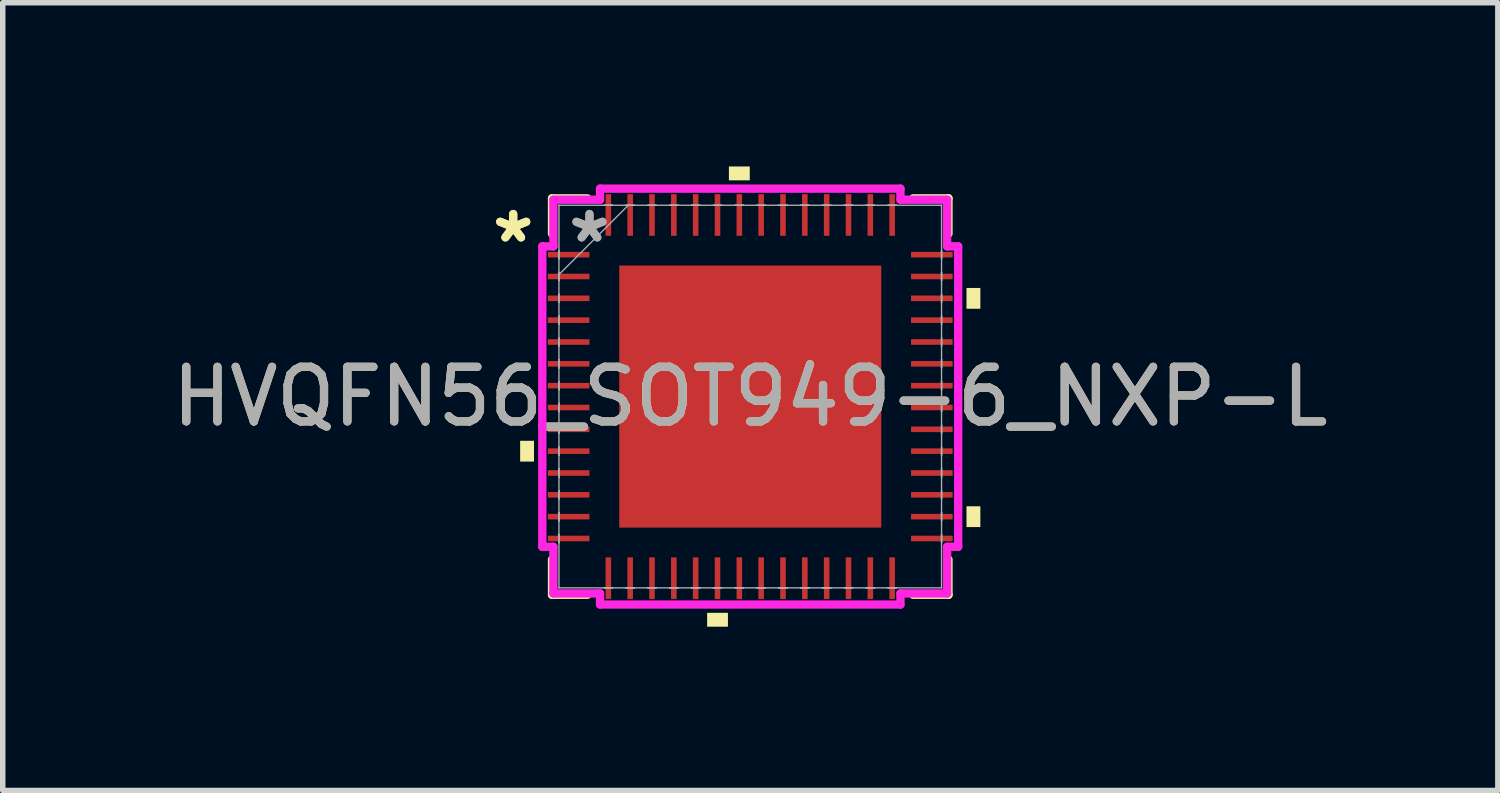
<source format=kicad_pcb>
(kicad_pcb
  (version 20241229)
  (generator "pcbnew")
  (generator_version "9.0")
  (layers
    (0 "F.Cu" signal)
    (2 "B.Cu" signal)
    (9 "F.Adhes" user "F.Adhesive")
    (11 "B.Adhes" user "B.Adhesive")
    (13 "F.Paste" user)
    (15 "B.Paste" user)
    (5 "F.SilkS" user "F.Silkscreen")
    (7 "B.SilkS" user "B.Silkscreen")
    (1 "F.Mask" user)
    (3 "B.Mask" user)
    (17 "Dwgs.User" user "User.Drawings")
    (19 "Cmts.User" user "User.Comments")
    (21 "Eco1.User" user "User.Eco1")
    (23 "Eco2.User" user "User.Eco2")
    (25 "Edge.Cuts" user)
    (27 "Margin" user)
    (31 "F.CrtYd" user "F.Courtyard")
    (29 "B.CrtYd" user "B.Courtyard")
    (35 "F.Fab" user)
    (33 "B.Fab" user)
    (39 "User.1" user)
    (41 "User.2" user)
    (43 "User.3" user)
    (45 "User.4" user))
  (footprint "HVQFN56_SOT949-6_NXP-L"
    (layer "F.Cu")
    (at 10.696 4.216)
    (property "Reference" "HVQFN56_SOT949-6_NXP-L" (at 0 0 0) (unlocked yes) (layer "F.SilkS") (effects (font (size 1 1) (thickness 0.15))))
    (attr smd)
    (fp_line (start -3.632 -3.632) (end -3.632 -2.984) (stroke (width 0.152) (type solid)) (layer "F.SilkS"))
    (fp_line (start -3.632 2.984) (end -3.632 3.632) (stroke (width 0.152) (type solid)) (layer "F.SilkS"))
    (fp_line (start -3.632 3.632) (end -2.984 3.632) (stroke (width 0.152) (type solid)) (layer "F.SilkS"))
    (fp_line (start -2.984 -3.632) (end -3.632 -3.632) (stroke (width 0.152) (type solid)) (layer "F.SilkS"))
    (fp_line (start 2.984 3.632) (end 3.632 3.632) (stroke (width 0.152) (type solid)) (layer "F.SilkS"))
    (fp_line (start 3.632 -3.632) (end 2.984 -3.632) (stroke (width 0.152) (type solid)) (layer "F.SilkS"))
    (fp_line (start 3.632 -2.984) (end 3.632 -3.632) (stroke (width 0.152) (type solid)) (layer "F.SilkS"))
    (fp_line (start 3.632 3.632) (end 3.632 2.984) (stroke (width 0.152) (type solid)) (layer "F.SilkS"))
    (fp_poly (pts (xy -4.216 0.81) (xy -4.216 1.191) (xy -3.962 1.191) (xy -3.962 0.81)) (stroke (width 0) (type solid)) (fill yes) (layer "F.SilkS"))
    (fp_poly (pts (xy -0.79 3.962) (xy -0.79 4.216) (xy -0.409 4.216) (xy -0.409 3.962)) (stroke (width 0) (type solid)) (fill yes) (layer "F.SilkS"))
    (fp_poly (pts (xy -0.391 -3.962) (xy -0.391 -4.216) (xy -0.009 -4.216) (xy -0.009 -3.962)) (stroke (width 0) (type solid)) (fill yes) (layer "F.SilkS"))
    (fp_poly (pts (xy 4.216 -1.99) (xy 4.216 -1.609) (xy 3.962 -1.609) (xy 3.962 -1.99)) (stroke (width 0) (type solid)) (fill yes) (layer "F.SilkS"))
    (fp_poly (pts (xy 4.216 2.01) (xy 4.216 2.391) (xy 3.962 2.391) (xy 3.962 2.01)) (stroke (width 0) (type solid)) (fill yes) (layer "F.SilkS"))
    (fp_poly (pts (xy -2.3 -2.3) (xy -2.3 -0.9) (xy -0.9 -0.9) (xy -0.9 -2.3)) (stroke (width 0) (type solid)) (fill yes) (layer "F.Paste"))
    (fp_poly (pts (xy -2.3 -0.7) (xy -2.3 0.7) (xy -0.9 0.7) (xy -0.9 -0.7)) (stroke (width 0) (type solid)) (fill yes) (layer "F.Paste"))
    (fp_poly (pts (xy -2.3 0.9) (xy -2.3 2.3) (xy -0.9 2.3) (xy -0.9 0.9)) (stroke (width 0) (type solid)) (fill yes) (layer "F.Paste"))
    (fp_poly (pts (xy -0.7 -2.3) (xy -0.7 -0.9) (xy 0.7 -0.9) (xy 0.7 -2.3)) (stroke (width 0) (type solid)) (fill yes) (layer "F.Paste"))
    (fp_poly (pts (xy -0.7 -0.7) (xy -0.7 0.7) (xy 0.7 0.7) (xy 0.7 -0.7)) (stroke (width 0) (type solid)) (fill yes) (layer "F.Paste"))
    (fp_poly (pts (xy -0.7 0.9) (xy -0.7 2.3) (xy 0.7 2.3) (xy 0.7 0.9)) (stroke (width 0) (type solid)) (fill yes) (layer "F.Paste"))
    (fp_poly (pts (xy 0.9 -2.3) (xy 0.9 -0.9) (xy 2.3 -0.9) (xy 2.3 -2.3)) (stroke (width 0) (type solid)) (fill yes) (layer "F.Paste"))
    (fp_poly (pts (xy 0.9 -0.7) (xy 0.9 0.7) (xy 2.3 0.7) (xy 2.3 -0.7)) (stroke (width 0) (type solid)) (fill yes) (layer "F.Paste"))
    (fp_poly (pts (xy 0.9 0.9) (xy 0.9 2.3) (xy 2.3 2.3) (xy 2.3 0.9)) (stroke (width 0) (type solid)) (fill yes) (layer "F.Paste"))
    (fp_line (start -3.81 -2.752) (end -3.607 -2.752) (stroke (width 0.152) (type solid)) (layer "F.CrtYd"))
    (fp_line (start -3.81 2.752) (end -3.81 -2.752) (stroke (width 0.152) (type solid)) (layer "F.CrtYd"))
    (fp_line (start -3.607 -3.607) (end -2.752 -3.607) (stroke (width 0.152) (type solid)) (layer "F.CrtYd"))
    (fp_line (start -3.607 -2.752) (end -3.607 -3.607) (stroke (width 0.152) (type solid)) (layer "F.CrtYd"))
    (fp_line (start -3.607 2.752) (end -3.81 2.752) (stroke (width 0.152) (type solid)) (layer "F.CrtYd"))
    (fp_line (start -3.607 3.607) (end -3.607 2.752) (stroke (width 0.152) (type solid)) (layer "F.CrtYd"))
    (fp_line (start -2.752 -3.81) (end 2.752 -3.81) (stroke (width 0.152) (type solid)) (layer "F.CrtYd"))
    (fp_line (start -2.752 -3.607) (end -2.752 -3.81) (stroke (width 0.152) (type solid)) (layer "F.CrtYd"))
    (fp_line (start -2.752 3.607) (end -3.607 3.607) (stroke (width 0.152) (type solid)) (layer "F.CrtYd"))
    (fp_line (start -2.752 3.81) (end -2.752 3.607) (stroke (width 0.152) (type solid)) (layer "F.CrtYd"))
    (fp_line (start 2.752 -3.81) (end 2.752 -3.607) (stroke (width 0.152) (type solid)) (layer "F.CrtYd"))
    (fp_line (start 2.752 -3.607) (end 3.607 -3.607) (stroke (width 0.152) (type solid)) (layer "F.CrtYd"))
    (fp_line (start 2.752 3.607) (end 2.752 3.81) (stroke (width 0.152) (type solid)) (layer "F.CrtYd"))
    (fp_line (start 2.752 3.81) (end -2.752 3.81) (stroke (width 0.152) (type solid)) (layer "F.CrtYd"))
    (fp_line (start 3.607 -3.607) (end 3.607 -2.752) (stroke (width 0.152) (type solid)) (layer "F.CrtYd"))
    (fp_line (start 3.607 -2.752) (end 3.81 -2.752) (stroke (width 0.152) (type solid)) (layer "F.CrtYd"))
    (fp_line (start 3.607 2.752) (end 3.607 3.607) (stroke (width 0.152) (type solid)) (layer "F.CrtYd"))
    (fp_line (start 3.607 3.607) (end 2.752 3.607) (stroke (width 0.152) (type solid)) (layer "F.CrtYd"))
    (fp_line (start 3.81 -2.752) (end 3.81 2.752) (stroke (width 0.152) (type solid)) (layer "F.CrtYd"))
    (fp_line (start 3.81 2.752) (end 3.607 2.752) (stroke (width 0.152) (type solid)) (layer "F.CrtYd"))
    (fp_line (start -3.505 -3.505) (end -3.505 -3.505) (stroke (width 0.025) (type solid)) (layer "F.Fab"))
    (fp_line (start -3.505 -3.505) (end -3.505 3.505) (stroke (width 0.025) (type solid)) (layer "F.Fab"))
    (fp_line (start -3.505 -2.676) (end -3.505 -2.676) (stroke (width 0.025) (type solid)) (layer "F.Fab"))
    (fp_line (start -3.505 -2.676) (end -3.505 -2.524) (stroke (width 0.025) (type solid)) (layer "F.Fab"))
    (fp_line (start -3.505 -2.524) (end -3.505 -2.676) (stroke (width 0.025) (type solid)) (layer "F.Fab"))
    (fp_line (start -3.505 -2.524) (end -3.505 -2.524) (stroke (width 0.025) (type solid)) (layer "F.Fab"))
    (fp_line (start -3.505 -2.276) (end -3.505 -2.276) (stroke (width 0.025) (type solid)) (layer "F.Fab"))
    (fp_line (start -3.505 -2.276) (end -3.505 -2.124) (stroke (width 0.025) (type solid)) (layer "F.Fab"))
    (fp_line (start -3.505 -2.235) (end -2.235 -3.505) (stroke (width 0.025) (type solid)) (layer "F.Fab"))
    (fp_line (start -3.505 -2.124) (end -3.505 -2.276) (stroke (width 0.025) (type solid)) (layer "F.Fab"))
    (fp_line (start -3.505 -2.124) (end -3.505 -2.124) (stroke (width 0.025) (type solid)) (layer "F.Fab"))
    (fp_line (start -3.505 -1.876) (end -3.505 -1.876) (stroke (width 0.025) (type solid)) (layer "F.Fab"))
    (fp_line (start -3.505 -1.876) (end -3.505 -1.724) (stroke (width 0.025) (type solid)) (layer "F.Fab"))
    (fp_line (start -3.505 -1.724) (end -3.505 -1.876) (stroke (width 0.025) (type solid)) (layer "F.Fab"))
    (fp_line (start -3.505 -1.724) (end -3.505 -1.724) (stroke (width 0.025) (type solid)) (layer "F.Fab"))
    (fp_line (start -3.505 -1.476) (end -3.505 -1.476) (stroke (width 0.025) (type solid)) (layer "F.Fab"))
    (fp_line (start -3.505 -1.476) (end -3.505 -1.324) (stroke (width 0.025) (type solid)) (layer "F.Fab"))
    (fp_line (start -3.505 -1.324) (end -3.505 -1.476) (stroke (width 0.025) (type solid)) (layer "F.Fab"))
    (fp_line (start -3.505 -1.324) (end -3.505 -1.324) (stroke (width 0.025) (type solid)) (layer "F.Fab"))
    (fp_line (start -3.505 -1.076) (end -3.505 -1.076) (stroke (width 0.025) (type solid)) (layer "F.Fab"))
    (fp_line (start -3.505 -1.076) (end -3.505 -0.924) (stroke (width 0.025) (type solid)) (layer "F.Fab"))
    (fp_line (start -3.505 -0.924) (end -3.505 -1.076) (stroke (width 0.025) (type solid)) (layer "F.Fab"))
    (fp_line (start -3.505 -0.924) (end -3.505 -0.924) (stroke (width 0.025) (type solid)) (layer "F.Fab"))
    (fp_line (start -3.505 -0.676) (end -3.505 -0.676) (stroke (width 0.025) (type solid)) (layer "F.Fab"))
    (fp_line (start -3.505 -0.676) (end -3.505 -0.524) (stroke (width 0.025) (type solid)) (layer "F.Fab"))
    (fp_line (start -3.505 -0.524) (end -3.505 -0.676) (stroke (width 0.025) (type solid)) (layer "F.Fab"))
    (fp_line (start -3.505 -0.524) (end -3.505 -0.524) (stroke (width 0.025) (type solid)) (layer "F.Fab"))
    (fp_line (start -3.505 -0.276) (end -3.505 -0.276) (stroke (width 0.025) (type solid)) (layer "F.Fab"))
    (fp_line (start -3.505 -0.276) (end -3.505 -0.124) (stroke (width 0.025) (type solid)) (layer "F.Fab"))
    (fp_line (start -3.505 -0.124) (end -3.505 -0.276) (stroke (width 0.025) (type solid)) (layer "F.Fab"))
    (fp_line (start -3.505 -0.124) (end -3.505 -0.124) (stroke (width 0.025) (type solid)) (layer "F.Fab"))
    (fp_line (start -3.505 0.124) (end -3.505 0.124) (stroke (width 0.025) (type solid)) (layer "F.Fab"))
    (fp_line (start -3.505 0.124) (end -3.505 0.276) (stroke (width 0.025) (type solid)) (layer "F.Fab"))
    (fp_line (start -3.505 0.276) (end -3.505 0.124) (stroke (width 0.025) (type solid)) (layer "F.Fab"))
    (fp_line (start -3.505 0.276) (end -3.505 0.276) (stroke (width 0.025) (type solid)) (layer "F.Fab"))
    (fp_line (start -3.505 0.524) (end -3.505 0.524) (stroke (width 0.025) (type solid)) (layer "F.Fab"))
    (fp_line (start -3.505 0.524) (end -3.505 0.676) (stroke (width 0.025) (type solid)) (layer "F.Fab"))
    (fp_line (start -3.505 0.676) (end -3.505 0.524) (stroke (width 0.025) (type solid)) (layer "F.Fab"))
    (fp_line (start -3.505 0.676) (end -3.505 0.676) (stroke (width 0.025) (type solid)) (layer "F.Fab"))
    (fp_line (start -3.505 0.924) (end -3.505 0.924) (stroke (width 0.025) (type solid)) (layer "F.Fab"))
    (fp_line (start -3.505 0.924) (end -3.505 1.076) (stroke (width 0.025) (type solid)) (layer "F.Fab"))
    (fp_line (start -3.505 1.076) (end -3.505 0.924) (stroke (width 0.025) (type solid)) (layer "F.Fab"))
    (fp_line (start -3.505 1.076) (end -3.505 1.076) (stroke (width 0.025) (type solid)) (layer "F.Fab"))
    (fp_line (start -3.505 1.324) (end -3.505 1.324) (stroke (width 0.025) (type solid)) (layer "F.Fab"))
    (fp_line (start -3.505 1.324) (end -3.505 1.476) (stroke (width 0.025) (type solid)) (layer "F.Fab"))
    (fp_line (start -3.505 1.476) (end -3.505 1.324) (stroke (width 0.025) (type solid)) (layer "F.Fab"))
    (fp_line (start -3.505 1.476) (end -3.505 1.476) (stroke (width 0.025) (type solid)) (layer "F.Fab"))
    (fp_line (start -3.505 1.724) (end -3.505 1.724) (stroke (width 0.025) (type solid)) (layer "F.Fab"))
    (fp_line (start -3.505 1.724) (end -3.505 1.876) (stroke (width 0.025) (type solid)) (layer "F.Fab"))
    (fp_line (start -3.505 1.876) (end -3.505 1.724) (stroke (width 0.025) (type solid)) (layer "F.Fab"))
    (fp_line (start -3.505 1.876) (end -3.505 1.876) (stroke (width 0.025) (type solid)) (layer "F.Fab"))
    (fp_line (start -3.505 2.124) (end -3.505 2.124) (stroke (width 0.025) (type solid)) (layer "F.Fab"))
    (fp_line (start -3.505 2.124) (end -3.505 2.276) (stroke (width 0.025) (type solid)) (layer "F.Fab"))
    (fp_line (start -3.505 2.276) (end -3.505 2.124) (stroke (width 0.025) (type solid)) (layer "F.Fab"))
    (fp_line (start -3.505 2.276) (end -3.505 2.276) (stroke (width 0.025) (type solid)) (layer "F.Fab"))
    (fp_line (start -3.505 2.524) (end -3.505 2.524) (stroke (width 0.025) (type solid)) (layer "F.Fab"))
    (fp_line (start -3.505 2.524) (end -3.505 2.676) (stroke (width 0.025) (type solid)) (layer "F.Fab"))
    (fp_line (start -3.505 2.676) (end -3.505 2.524) (stroke (width 0.025) (type solid)) (layer "F.Fab"))
    (fp_line (start -3.505 2.676) (end -3.505 2.676) (stroke (width 0.025) (type solid)) (layer "F.Fab"))
    (fp_line (start -3.505 3.505) (end -3.505 3.505) (stroke (width 0.025) (type solid)) (layer "F.Fab"))
    (fp_line (start -3.505 3.505) (end 3.505 3.505) (stroke (width 0.025) (type solid)) (layer "F.Fab"))
    (fp_line (start -2.676 -3.505) (end -2.676 -3.505) (stroke (width 0.025) (type solid)) (layer "F.Fab"))
    (fp_line (start -2.676 -3.505) (end -2.524 -3.505) (stroke (width 0.025) (type solid)) (layer "F.Fab"))
    (fp_line (start -2.676 3.505) (end -2.676 3.505) (stroke (width 0.025) (type solid)) (layer "F.Fab"))
    (fp_line (start -2.676 3.505) (end -2.524 3.505) (stroke (width 0.025) (type solid)) (layer "F.Fab"))
    (fp_line (start -2.524 -3.505) (end -2.676 -3.505) (stroke (width 0.025) (type solid)) (layer "F.Fab"))
    (fp_line (start -2.524 -3.505) (end -2.524 -3.505) (stroke (width 0.025) (type solid)) (layer "F.Fab"))
    (fp_line (start -2.524 3.505) (end -2.676 3.505) (stroke (width 0.025) (type solid)) (layer "F.Fab"))
    (fp_line (start -2.524 3.505) (end -2.524 3.505) (stroke (width 0.025) (type solid)) (layer "F.Fab"))
    (fp_line (start -2.276 -3.505) (end -2.276 -3.505) (stroke (width 0.025) (type solid)) (layer "F.Fab"))
    (fp_line (start -2.276 -3.505) (end -2.124 -3.505) (stroke (width 0.025) (type solid)) (layer "F.Fab"))
    (fp_line (start -2.276 3.505) (end -2.276 3.505) (stroke (width 0.025) (type solid)) (layer "F.Fab"))
    (fp_line (start -2.276 3.505) (end -2.124 3.505) (stroke (width 0.025) (type solid)) (layer "F.Fab"))
    (fp_line (start -2.124 -3.505) (end -2.276 -3.505) (stroke (width 0.025) (type solid)) (layer "F.Fab"))
    (fp_line (start -2.124 -3.505) (end -2.124 -3.505) (stroke (width 0.025) (type solid)) (layer "F.Fab"))
    (fp_line (start -2.124 3.505) (end -2.276 3.505) (stroke (width 0.025) (type solid)) (layer "F.Fab"))
    (fp_line (start -2.124 3.505) (end -2.124 3.505) (stroke (width 0.025) (type solid)) (layer "F.Fab"))
    (fp_line (start -1.876 -3.505) (end -1.876 -3.505) (stroke (width 0.025) (type solid)) (layer "F.Fab"))
    (fp_line (start -1.876 -3.505) (end -1.724 -3.505) (stroke (width 0.025) (type solid)) (layer "F.Fab"))
    (fp_line (start -1.876 3.505) (end -1.876 3.505) (stroke (width 0.025) (type solid)) (layer "F.Fab"))
    (fp_line (start -1.876 3.505) (end -1.724 3.505) (stroke (width 0.025) (type solid)) (layer "F.Fab"))
    (fp_line (start -1.724 -3.505) (end -1.876 -3.505) (stroke (width 0.025) (type solid)) (layer "F.Fab"))
    (fp_line (start -1.724 -3.505) (end -1.724 -3.505) (stroke (width 0.025) (type solid)) (layer "F.Fab"))
    (fp_line (start -1.724 3.505) (end -1.876 3.505) (stroke (width 0.025) (type solid)) (layer "F.Fab"))
    (fp_line (start -1.724 3.505) (end -1.724 3.505) (stroke (width 0.025) (type solid)) (layer "F.Fab"))
    (fp_line (start -1.476 -3.505) (end -1.476 -3.505) (stroke (width 0.025) (type solid)) (layer "F.Fab"))
    (fp_line (start -1.476 -3.505) (end -1.324 -3.505) (stroke (width 0.025) (type solid)) (layer "F.Fab"))
    (fp_line (start -1.476 3.505) (end -1.476 3.505) (stroke (width 0.025) (type solid)) (layer "F.Fab"))
    (fp_line (start -1.476 3.505) (end -1.324 3.505) (stroke (width 0.025) (type solid)) (layer "F.Fab"))
    (fp_line (start -1.324 -3.505) (end -1.476 -3.505) (stroke (width 0.025) (type solid)) (layer "F.Fab"))
    (fp_line (start -1.324 -3.505) (end -1.324 -3.505) (stroke (width 0.025) (type solid)) (layer "F.Fab"))
    (fp_line (start -1.324 3.505) (end -1.476 3.505) (stroke (width 0.025) (type solid)) (layer "F.Fab"))
    (fp_line (start -1.324 3.505) (end -1.324 3.505) (stroke (width 0.025) (type solid)) (layer "F.Fab"))
    (fp_line (start -1.076 -3.505) (end -1.076 -3.505) (stroke (width 0.025) (type solid)) (layer "F.Fab"))
    (fp_line (start -1.076 -3.505) (end -0.924 -3.505) (stroke (width 0.025) (type solid)) (layer "F.Fab"))
    (fp_line (start -1.076 3.505) (end -1.076 3.505) (stroke (width 0.025) (type solid)) (layer "F.Fab"))
    (fp_line (start -1.076 3.505) (end -0.924 3.505) (stroke (width 0.025) (type solid)) (layer "F.Fab"))
    (fp_line (start -0.924 -3.505) (end -1.076 -3.505) (stroke (width 0.025) (type solid)) (layer "F.Fab"))
    (fp_line (start -0.924 -3.505) (end -0.924 -3.505) (stroke (width 0.025) (type solid)) (layer "F.Fab"))
    (fp_line (start -0.924 3.505) (end -1.076 3.505) (stroke (width 0.025) (type solid)) (layer "F.Fab"))
    (fp_line (start -0.924 3.505) (end -0.924 3.505) (stroke (width 0.025) (type solid)) (layer "F.Fab"))
    (fp_line (start -0.676 -3.505) (end -0.676 -3.505) (stroke (width 0.025) (type solid)) (layer "F.Fab"))
    (fp_line (start -0.676 -3.505) (end -0.524 -3.505) (stroke (width 0.025) (type solid)) (layer "F.Fab"))
    (fp_line (start -0.676 3.505) (end -0.676 3.505) (stroke (width 0.025) (type solid)) (layer "F.Fab"))
    (fp_line (start -0.676 3.505) (end -0.524 3.505) (stroke (width 0.025) (type solid)) (layer "F.Fab"))
    (fp_line (start -0.524 -3.505) (end -0.676 -3.505) (stroke (width 0.025) (type solid)) (layer "F.Fab"))
    (fp_line (start -0.524 -3.505) (end -0.524 -3.505) (stroke (width 0.025) (type solid)) (layer "F.Fab"))
    (fp_line (start -0.524 3.505) (end -0.676 3.505) (stroke (width 0.025) (type solid)) (layer "F.Fab"))
    (fp_line (start -0.524 3.505) (end -0.524 3.505) (stroke (width 0.025) (type solid)) (layer "F.Fab"))
    (fp_line (start -0.276 -3.505) (end -0.276 -3.505) (stroke (width 0.025) (type solid)) (layer "F.Fab"))
    (fp_line (start -0.276 -3.505) (end -0.124 -3.505) (stroke (width 0.025) (type solid)) (layer "F.Fab"))
    (fp_line (start -0.276 3.505) (end -0.276 3.505) (stroke (width 0.025) (type solid)) (layer "F.Fab"))
    (fp_line (start -0.276 3.505) (end -0.124 3.505) (stroke (width 0.025) (type solid)) (layer "F.Fab"))
    (fp_line (start -0.124 -3.505) (end -0.276 -3.505) (stroke (width 0.025) (type solid)) (layer "F.Fab"))
    (fp_line (start -0.124 -3.505) (end -0.124 -3.505) (stroke (width 0.025) (type solid)) (layer "F.Fab"))
    (fp_line (start -0.124 3.505) (end -0.276 3.505) (stroke (width 0.025) (type solid)) (layer "F.Fab"))
    (fp_line (start -0.124 3.505) (end -0.124 3.505) (stroke (width 0.025) (type solid)) (layer "F.Fab"))
    (fp_line (start 0.124 -3.505) (end 0.124 -3.505) (stroke (width 0.025) (type solid)) (layer "F.Fab"))
    (fp_line (start 0.124 -3.505) (end 0.276 -3.505) (stroke (width 0.025) (type solid)) (layer "F.Fab"))
    (fp_line (start 0.124 3.505) (end 0.124 3.505) (stroke (width 0.025) (type solid)) (layer "F.Fab"))
    (fp_line (start 0.124 3.505) (end 0.276 3.505) (stroke (width 0.025) (type solid)) (layer "F.Fab"))
    (fp_line (start 0.276 -3.505) (end 0.124 -3.505) (stroke (width 0.025) (type solid)) (layer "F.Fab"))
    (fp_line (start 0.276 -3.505) (end 0.276 -3.505) (stroke (width 0.025) (type solid)) (layer "F.Fab"))
    (fp_line (start 0.276 3.505) (end 0.124 3.505) (stroke (width 0.025) (type solid)) (layer "F.Fab"))
    (fp_line (start 0.276 3.505) (end 0.276 3.505) (stroke (width 0.025) (type solid)) (layer "F.Fab"))
    (fp_line (start 0.524 -3.505) (end 0.524 -3.505) (stroke (width 0.025) (type solid)) (layer "F.Fab"))
    (fp_line (start 0.524 -3.505) (end 0.676 -3.505) (stroke (width 0.025) (type solid)) (layer "F.Fab"))
    (fp_line (start 0.524 3.505) (end 0.524 3.505) (stroke (width 0.025) (type solid)) (layer "F.Fab"))
    (fp_line (start 0.524 3.505) (end 0.676 3.505) (stroke (width 0.025) (type solid)) (layer "F.Fab"))
    (fp_line (start 0.676 -3.505) (end 0.524 -3.505) (stroke (width 0.025) (type solid)) (layer "F.Fab"))
    (fp_line (start 0.676 -3.505) (end 0.676 -3.505) (stroke (width 0.025) (type solid)) (layer "F.Fab"))
    (fp_line (start 0.676 3.505) (end 0.524 3.505) (stroke (width 0.025) (type solid)) (layer "F.Fab"))
    (fp_line (start 0.676 3.505) (end 0.676 3.505) (stroke (width 0.025) (type solid)) (layer "F.Fab"))
    (fp_line (start 0.924 -3.505) (end 0.924 -3.505) (stroke (width 0.025) (type solid)) (layer "F.Fab"))
    (fp_line (start 0.924 -3.505) (end 1.076 -3.505) (stroke (width 0.025) (type solid)) (layer "F.Fab"))
    (fp_line (start 0.924 3.505) (end 0.924 3.505) (stroke (width 0.025) (type solid)) (layer "F.Fab"))
    (fp_line (start 0.924 3.505) (end 1.076 3.505) (stroke (width 0.025) (type solid)) (layer "F.Fab"))
    (fp_line (start 1.076 -3.505) (end 0.924 -3.505) (stroke (width 0.025) (type solid)) (layer "F.Fab"))
    (fp_line (start 1.076 -3.505) (end 1.076 -3.505) (stroke (width 0.025) (type solid)) (layer "F.Fab"))
    (fp_line (start 1.076 3.505) (end 0.924 3.505) (stroke (width 0.025) (type solid)) (layer "F.Fab"))
    (fp_line (start 1.076 3.505) (end 1.076 3.505) (stroke (width 0.025) (type solid)) (layer "F.Fab"))
    (fp_line (start 1.324 -3.505) (end 1.324 -3.505) (stroke (width 0.025) (type solid)) (layer "F.Fab"))
    (fp_line (start 1.324 -3.505) (end 1.476 -3.505) (stroke (width 0.025) (type solid)) (layer "F.Fab"))
    (fp_line (start 1.324 3.505) (end 1.324 3.505) (stroke (width 0.025) (type solid)) (layer "F.Fab"))
    (fp_line (start 1.324 3.505) (end 1.476 3.505) (stroke (width 0.025) (type solid)) (layer "F.Fab"))
    (fp_line (start 1.476 -3.505) (end 1.324 -3.505) (stroke (width 0.025) (type solid)) (layer "F.Fab"))
    (fp_line (start 1.476 -3.505) (end 1.476 -3.505) (stroke (width 0.025) (type solid)) (layer "F.Fab"))
    (fp_line (start 1.476 3.505) (end 1.324 3.505) (stroke (width 0.025) (type solid)) (layer "F.Fab"))
    (fp_line (start 1.476 3.505) (end 1.476 3.505) (stroke (width 0.025) (type solid)) (layer "F.Fab"))
    (fp_line (start 1.724 -3.505) (end 1.724 -3.505) (stroke (width 0.025) (type solid)) (layer "F.Fab"))
    (fp_line (start 1.724 -3.505) (end 1.876 -3.505) (stroke (width 0.025) (type solid)) (layer "F.Fab"))
    (fp_line (start 1.724 3.505) (end 1.724 3.505) (stroke (width 0.025) (type solid)) (layer "F.Fab"))
    (fp_line (start 1.724 3.505) (end 1.876 3.505) (stroke (width 0.025) (type solid)) (layer "F.Fab"))
    (fp_line (start 1.876 -3.505) (end 1.724 -3.505) (stroke (width 0.025) (type solid)) (layer "F.Fab"))
    (fp_line (start 1.876 -3.505) (end 1.876 -3.505) (stroke (width 0.025) (type solid)) (layer "F.Fab"))
    (fp_line (start 1.876 3.505) (end 1.724 3.505) (stroke (width 0.025) (type solid)) (layer "F.Fab"))
    (fp_line (start 1.876 3.505) (end 1.876 3.505) (stroke (width 0.025) (type solid)) (layer "F.Fab"))
    (fp_line (start 2.124 -3.505) (end 2.124 -3.505) (stroke (width 0.025) (type solid)) (layer "F.Fab"))
    (fp_line (start 2.124 -3.505) (end 2.276 -3.505) (stroke (width 0.025) (type solid)) (layer "F.Fab"))
    (fp_line (start 2.124 3.505) (end 2.124 3.505) (stroke (width 0.025) (type solid)) (layer "F.Fab"))
    (fp_line (start 2.124 3.505) (end 2.276 3.505) (stroke (width 0.025) (type solid)) (layer "F.Fab"))
    (fp_line (start 2.276 -3.505) (end 2.124 -3.505) (stroke (width 0.025) (type solid)) (layer "F.Fab"))
    (fp_line (start 2.276 -3.505) (end 2.276 -3.505) (stroke (width 0.025) (type solid)) (layer "F.Fab"))
    (fp_line (start 2.276 3.505) (end 2.124 3.505) (stroke (width 0.025) (type solid)) (layer "F.Fab"))
    (fp_line (start 2.276 3.505) (end 2.276 3.505) (stroke (width 0.025) (type solid)) (layer "F.Fab"))
    (fp_line (start 2.524 -3.505) (end 2.524 -3.505) (stroke (width 0.025) (type solid)) (layer "F.Fab"))
    (fp_line (start 2.524 -3.505) (end 2.676 -3.505) (stroke (width 0.025) (type solid)) (layer "F.Fab"))
    (fp_line (start 2.524 3.505) (end 2.524 3.505) (stroke (width 0.025) (type solid)) (layer "F.Fab"))
    (fp_line (start 2.524 3.505) (end 2.676 3.505) (stroke (width 0.025) (type solid)) (layer "F.Fab"))
    (fp_line (start 2.676 -3.505) (end 2.524 -3.505) (stroke (width 0.025) (type solid)) (layer "F.Fab"))
    (fp_line (start 2.676 -3.505) (end 2.676 -3.505) (stroke (width 0.025) (type solid)) (layer "F.Fab"))
    (fp_line (start 2.676 3.505) (end 2.524 3.505) (stroke (width 0.025) (type solid)) (layer "F.Fab"))
    (fp_line (start 2.676 3.505) (end 2.676 3.505) (stroke (width 0.025) (type solid)) (layer "F.Fab"))
    (fp_line (start 3.505 -3.505) (end -3.505 -3.505) (stroke (width 0.025) (type solid)) (layer "F.Fab"))
    (fp_line (start 3.505 -3.505) (end 3.505 -3.505) (stroke (width 0.025) (type solid)) (layer "F.Fab"))
    (fp_line (start 3.505 -2.676) (end 3.505 -2.676) (stroke (width 0.025) (type solid)) (layer "F.Fab"))
    (fp_line (start 3.505 -2.676) (end 3.505 -2.524) (stroke (width 0.025) (type solid)) (layer "F.Fab"))
    (fp_line (start 3.505 -2.524) (end 3.505 -2.676) (stroke (width 0.025) (type solid)) (layer "F.Fab"))
    (fp_line (start 3.505 -2.524) (end 3.505 -2.524) (stroke (width 0.025) (type solid)) (layer "F.Fab"))
    (fp_line (start 3.505 -2.276) (end 3.505 -2.276) (stroke (width 0.025) (type solid)) (layer "F.Fab"))
    (fp_line (start 3.505 -2.276) (end 3.505 -2.124) (stroke (width 0.025) (type solid)) (layer "F.Fab"))
    (fp_line (start 3.505 -2.124) (end 3.505 -2.276) (stroke (width 0.025) (type solid)) (layer "F.Fab"))
    (fp_line (start 3.505 -2.124) (end 3.505 -2.124) (stroke (width 0.025) (type solid)) (layer "F.Fab"))
    (fp_line (start 3.505 -1.876) (end 3.505 -1.876) (stroke (width 0.025) (type solid)) (layer "F.Fab"))
    (fp_line (start 3.505 -1.876) (end 3.505 -1.724) (stroke (width 0.025) (type solid)) (layer "F.Fab"))
    (fp_line (start 3.505 -1.724) (end 3.505 -1.876) (stroke (width 0.025) (type solid)) (layer "F.Fab"))
    (fp_line (start 3.505 -1.724) (end 3.505 -1.724) (stroke (width 0.025) (type solid)) (layer "F.Fab"))
    (fp_line (start 3.505 -1.476) (end 3.505 -1.476) (stroke (width 0.025) (type solid)) (layer "F.Fab"))
    (fp_line (start 3.505 -1.476) (end 3.505 -1.324) (stroke (width 0.025) (type solid)) (layer "F.Fab"))
    (fp_line (start 3.505 -1.324) (end 3.505 -1.476) (stroke (width 0.025) (type solid)) (layer "F.Fab"))
    (fp_line (start 3.505 -1.324) (end 3.505 -1.324) (stroke (width 0.025) (type solid)) (layer "F.Fab"))
    (fp_line (start 3.505 -1.076) (end 3.505 -1.076) (stroke (width 0.025) (type solid)) (layer "F.Fab"))
    (fp_line (start 3.505 -1.076) (end 3.505 -0.924) (stroke (width 0.025) (type solid)) (layer "F.Fab"))
    (fp_line (start 3.505 -0.924) (end 3.505 -1.076) (stroke (width 0.025) (type solid)) (layer "F.Fab"))
    (fp_line (start 3.505 -0.924) (end 3.505 -0.924) (stroke (width 0.025) (type solid)) (layer "F.Fab"))
    (fp_line (start 3.505 -0.676) (end 3.505 -0.676) (stroke (width 0.025) (type solid)) (layer "F.Fab"))
    (fp_line (start 3.505 -0.676) (end 3.505 -0.524) (stroke (width 0.025) (type solid)) (layer "F.Fab"))
    (fp_line (start 3.505 -0.524) (end 3.505 -0.676) (stroke (width 0.025) (type solid)) (layer "F.Fab"))
    (fp_line (start 3.505 -0.524) (end 3.505 -0.524) (stroke (width 0.025) (type solid)) (layer "F.Fab"))
    (fp_line (start 3.505 -0.276) (end 3.505 -0.276) (stroke (width 0.025) (type solid)) (layer "F.Fab"))
    (fp_line (start 3.505 -0.276) (end 3.505 -0.124) (stroke (width 0.025) (type solid)) (layer "F.Fab"))
    (fp_line (start 3.505 -0.124) (end 3.505 -0.276) (stroke (width 0.025) (type solid)) (layer "F.Fab"))
    (fp_line (start 3.505 -0.124) (end 3.505 -0.124) (stroke (width 0.025) (type solid)) (layer "F.Fab"))
    (fp_line (start 3.505 0.124) (end 3.505 0.124) (stroke (width 0.025) (type solid)) (layer "F.Fab"))
    (fp_line (start 3.505 0.124) (end 3.505 0.276) (stroke (width 0.025) (type solid)) (layer "F.Fab"))
    (fp_line (start 3.505 0.276) (end 3.505 0.124) (stroke (width 0.025) (type solid)) (layer "F.Fab"))
    (fp_line (start 3.505 0.276) (end 3.505 0.276) (stroke (width 0.025) (type solid)) (layer "F.Fab"))
    (fp_line (start 3.505 0.524) (end 3.505 0.524) (stroke (width 0.025) (type solid)) (layer "F.Fab"))
    (fp_line (start 3.505 0.524) (end 3.505 0.676) (stroke (width 0.025) (type solid)) (layer "F.Fab"))
    (fp_line (start 3.505 0.676) (end 3.505 0.524) (stroke (width 0.025) (type solid)) (layer "F.Fab"))
    (fp_line (start 3.505 0.676) (end 3.505 0.676) (stroke (width 0.025) (type solid)) (layer "F.Fab"))
    (fp_line (start 3.505 0.924) (end 3.505 0.924) (stroke (width 0.025) (type solid)) (layer "F.Fab"))
    (fp_line (start 3.505 0.924) (end 3.505 1.076) (stroke (width 0.025) (type solid)) (layer "F.Fab"))
    (fp_line (start 3.505 1.076) (end 3.505 0.924) (stroke (width 0.025) (type solid)) (layer "F.Fab"))
    (fp_line (start 3.505 1.076) (end 3.505 1.076) (stroke (width 0.025) (type solid)) (layer "F.Fab"))
    (fp_line (start 3.505 1.324) (end 3.505 1.324) (stroke (width 0.025) (type solid)) (layer "F.Fab"))
    (fp_line (start 3.505 1.324) (end 3.505 1.476) (stroke (width 0.025) (type solid)) (layer "F.Fab"))
    (fp_line (start 3.505 1.476) (end 3.505 1.324) (stroke (width 0.025) (type solid)) (layer "F.Fab"))
    (fp_line (start 3.505 1.476) (end 3.505 1.476) (stroke (width 0.025) (type solid)) (layer "F.Fab"))
    (fp_line (start 3.505 1.724) (end 3.505 1.724) (stroke (width 0.025) (type solid)) (layer "F.Fab"))
    (fp_line (start 3.505 1.724) (end 3.505 1.876) (stroke (width 0.025) (type solid)) (layer "F.Fab"))
    (fp_line (start 3.505 1.876) (end 3.505 1.724) (stroke (width 0.025) (type solid)) (layer "F.Fab"))
    (fp_line (start 3.505 1.876) (end 3.505 1.876) (stroke (width 0.025) (type solid)) (layer "F.Fab"))
    (fp_line (start 3.505 2.124) (end 3.505 2.124) (stroke (width 0.025) (type solid)) (layer "F.Fab"))
    (fp_line (start 3.505 2.124) (end 3.505 2.276) (stroke (width 0.025) (type solid)) (layer "F.Fab"))
    (fp_line (start 3.505 2.276) (end 3.505 2.124) (stroke (width 0.025) (type solid)) (layer "F.Fab"))
    (fp_line (start 3.505 2.276) (end 3.505 2.276) (stroke (width 0.025) (type solid)) (layer "F.Fab"))
    (fp_line (start 3.505 2.524) (end 3.505 2.524) (stroke (width 0.025) (type solid)) (layer "F.Fab"))
    (fp_line (start 3.505 2.524) (end 3.505 2.676) (stroke (width 0.025) (type solid)) (layer "F.Fab"))
    (fp_line (start 3.505 2.676) (end 3.505 2.524) (stroke (width 0.025) (type solid)) (layer "F.Fab"))
    (fp_line (start 3.505 2.676) (end 3.505 2.676) (stroke (width 0.025) (type solid)) (layer "F.Fab"))
    (fp_line (start 3.505 3.505) (end 3.505 -3.505) (stroke (width 0.025) (type solid)) (layer "F.Fab"))
    (fp_line (start 3.505 3.505) (end 3.505 3.505) (stroke (width 0.025) (type solid)) (layer "F.Fab"))
    (fp_text user "*" (at -4.343 -2.8 0) (unlocked yes) (layer "F.SilkS") (effects (font (size 1 1) (thickness 0.15))))
    (fp_text user "*" (at -4.343 -2.8 0) (layer "F.SilkS") (effects (font (size 1 1) (thickness 0.15))))
    (fp_text user "${REFERENCE}" (at 0 0 0) (unlocked yes) (layer "F.Fab") (effects (font (size 1 1) (thickness 0.15))))
    (fp_text user "*" (at -2.946 -2.8 0) (layer "F.Fab") (effects (font (size 1 1) (thickness 0.15))))
    (fp_text user "*" (at -2.946 -2.8 0) (unlocked yes) (layer "F.Fab") (effects (font (size 1 1) (thickness 0.15))))
    (pad "1" smd rect (at -3.327 -2.6 90) (size 0.102 0.762) (layers "F.Cu" "F.Mask" "F.Paste"))
    (pad "2" smd rect (at -3.327 -2.2 90) (size 0.102 0.762) (layers "F.Cu" "F.Mask" "F.Paste"))
    (pad "3" smd rect (at -3.327 -1.8 90) (size 0.102 0.762) (layers "F.Cu" "F.Mask" "F.Paste"))
    (pad "4" smd rect (at -3.327 -1.4 90) (size 0.102 0.762) (layers "F.Cu" "F.Mask" "F.Paste"))
    (pad "5" smd rect (at -3.327 -1 90) (size 0.102 0.762) (layers "F.Cu" "F.Mask" "F.Paste"))
    (pad "6" smd rect (at -3.327 -0.6 90) (size 0.102 0.762) (layers "F.Cu" "F.Mask" "F.Paste"))
    (pad "7" smd rect (at -3.327 -0.2 90) (size 0.102 0.762) (layers "F.Cu" "F.Mask" "F.Paste"))
    (pad "8" smd rect (at -3.327 0.2 90) (size 0.102 0.762) (layers "F.Cu" "F.Mask" "F.Paste"))
    (pad "9" smd rect (at -3.327 0.6 90) (size 0.102 0.762) (layers "F.Cu" "F.Mask" "F.Paste"))
    (pad "10" smd rect (at -3.327 1 90) (size 0.102 0.762) (layers "F.Cu" "F.Mask" "F.Paste"))
    (pad "11" smd rect (at -3.327 1.4 90) (size 0.102 0.762) (layers "F.Cu" "F.Mask" "F.Paste"))
    (pad "12" smd rect (at -3.327 1.8 90) (size 0.102 0.762) (layers "F.Cu" "F.Mask" "F.Paste"))
    (pad "13" smd rect (at -3.327 2.2 90) (size 0.102 0.762) (layers "F.Cu" "F.Mask" "F.Paste"))
    (pad "14" smd rect (at -3.327 2.6 90) (size 0.102 0.762) (layers "F.Cu" "F.Mask" "F.Paste"))
    (pad "15" smd rect (at -2.6 3.327) (size 0.102 0.762) (layers "F.Cu" "F.Mask" "F.Paste"))
    (pad "16" smd rect (at -2.2 3.327) (size 0.102 0.762) (layers "F.Cu" "F.Mask" "F.Paste"))
    (pad "17" smd rect (at -1.8 3.327) (size 0.102 0.762) (layers "F.Cu" "F.Mask" "F.Paste"))
    (pad "18" smd rect (at -1.4 3.327) (size 0.102 0.762) (layers "F.Cu" "F.Mask" "F.Paste"))
    (pad "19" smd rect (at -1 3.327) (size 0.102 0.762) (layers "F.Cu" "F.Mask" "F.Paste"))
    (pad "20" smd rect (at -0.6 3.327) (size 0.102 0.762) (layers "F.Cu" "F.Mask" "F.Paste"))
    (pad "21" smd rect (at -0.2 3.327) (size 0.102 0.762) (layers "F.Cu" "F.Mask" "F.Paste"))
    (pad "22" smd rect (at 0.2 3.327) (size 0.102 0.762) (layers "F.Cu" "F.Mask" "F.Paste"))
    (pad "23" smd rect (at 0.6 3.327) (size 0.102 0.762) (layers "F.Cu" "F.Mask" "F.Paste"))
    (pad "24" smd rect (at 1 3.327) (size 0.102 0.762) (layers "F.Cu" "F.Mask" "F.Paste"))
    (pad "25" smd rect (at 1.4 3.327) (size 0.102 0.762) (layers "F.Cu" "F.Mask" "F.Paste"))
    (pad "26" smd rect (at 1.8 3.327) (size 0.102 0.762) (layers "F.Cu" "F.Mask" "F.Paste"))
    (pad "27" smd rect (at 2.2 3.327) (size 0.102 0.762) (layers "F.Cu" "F.Mask" "F.Paste"))
    (pad "28" smd rect (at 2.6 3.327) (size 0.102 0.762) (layers "F.Cu" "F.Mask" "F.Paste"))
    (pad "29" smd rect (at 3.327 2.6 90) (size 0.102 0.762) (layers "F.Cu" "F.Mask" "F.Paste"))
    (pad "30" smd rect (at 3.327 2.2 90) (size 0.102 0.762) (layers "F.Cu" "F.Mask" "F.Paste"))
    (pad "31" smd rect (at 3.327 1.8 90) (size 0.102 0.762) (layers "F.Cu" "F.Mask" "F.Paste"))
    (pad "32" smd rect (at 3.327 1.4 90) (size 0.102 0.762) (layers "F.Cu" "F.Mask" "F.Paste"))
    (pad "33" smd rect (at 3.327 1 90) (size 0.102 0.762) (layers "F.Cu" "F.Mask" "F.Paste"))
    (pad "34" smd rect (at 3.327 0.6 90) (size 0.102 0.762) (layers "F.Cu" "F.Mask" "F.Paste"))
    (pad "35" smd rect (at 3.327 0.2 90) (size 0.102 0.762) (layers "F.Cu" "F.Mask" "F.Paste"))
    (pad "36" smd rect (at 3.327 -0.2 90) (size 0.102 0.762) (layers "F.Cu" "F.Mask" "F.Paste"))
    (pad "37" smd rect (at 3.327 -0.6 90) (size 0.102 0.762) (layers "F.Cu" "F.Mask" "F.Paste"))
    (pad "38" smd rect (at 3.327 -1 90) (size 0.102 0.762) (layers "F.Cu" "F.Mask" "F.Paste"))
    (pad "39" smd rect (at 3.327 -1.4 90) (size 0.102 0.762) (layers "F.Cu" "F.Mask" "F.Paste"))
    (pad "40" smd rect (at 3.327 -1.8 90) (size 0.102 0.762) (layers "F.Cu" "F.Mask" "F.Paste"))
    (pad "41" smd rect (at 3.327 -2.2 90) (size 0.102 0.762) (layers "F.Cu" "F.Mask" "F.Paste"))
    (pad "42" smd rect (at 3.327 -2.6 90) (size 0.102 0.762) (layers "F.Cu" "F.Mask" "F.Paste"))
    (pad "43" smd rect (at 2.6 -3.327) (size 0.102 0.762) (layers "F.Cu" "F.Mask" "F.Paste"))
    (pad "44" smd rect (at 2.2 -3.327) (size 0.102 0.762) (layers "F.Cu" "F.Mask" "F.Paste"))
    (pad "45" smd rect (at 1.8 -3.327) (size 0.102 0.762) (layers "F.Cu" "F.Mask" "F.Paste"))
    (pad "46" smd rect (at 1.4 -3.327) (size 0.102 0.762) (layers "F.Cu" "F.Mask" "F.Paste"))
    (pad "47" smd rect (at 1 -3.327) (size 0.102 0.762) (layers "F.Cu" "F.Mask" "F.Paste"))
    (pad "48" smd rect (at 0.6 -3.327) (size 0.102 0.762) (layers "F.Cu" "F.Mask" "F.Paste"))
    (pad "49" smd rect (at 0.2 -3.327) (size 0.102 0.762) (layers "F.Cu" "F.Mask" "F.Paste"))
    (pad "50" smd rect (at -0.2 -3.327) (size 0.102 0.762) (layers "F.Cu" "F.Mask" "F.Paste"))
    (pad "51" smd rect (at -0.6 -3.327) (size 0.102 0.762) (layers "F.Cu" "F.Mask" "F.Paste"))
    (pad "52" smd rect (at -1 -3.327) (size 0.102 0.762) (layers "F.Cu" "F.Mask" "F.Paste"))
    (pad "53" smd rect (at -1.4 -3.327) (size 0.102 0.762) (layers "F.Cu" "F.Mask" "F.Paste"))
    (pad "54" smd rect (at -1.8 -3.327) (size 0.102 0.762) (layers "F.Cu" "F.Mask" "F.Paste"))
    (pad "55" smd rect (at -2.2 -3.327) (size 0.102 0.762) (layers "F.Cu" "F.Mask" "F.Paste"))
    (pad "56" smd rect (at -2.6 -3.327) (size 0.102 0.762) (layers "F.Cu" "F.Mask" "F.Paste"))
    (pad "57" smd rect (at 0 0) (size 4.801 4.801) (layers "F.Cu" "F.Mask" "F.Paste")))
  (gr_rect
    (start -3 -3)
    (end 24.393 11.433)
    (stroke (width 0.1) (type default))
    (fill no)
    (layer "Edge.Cuts")))
</source>
